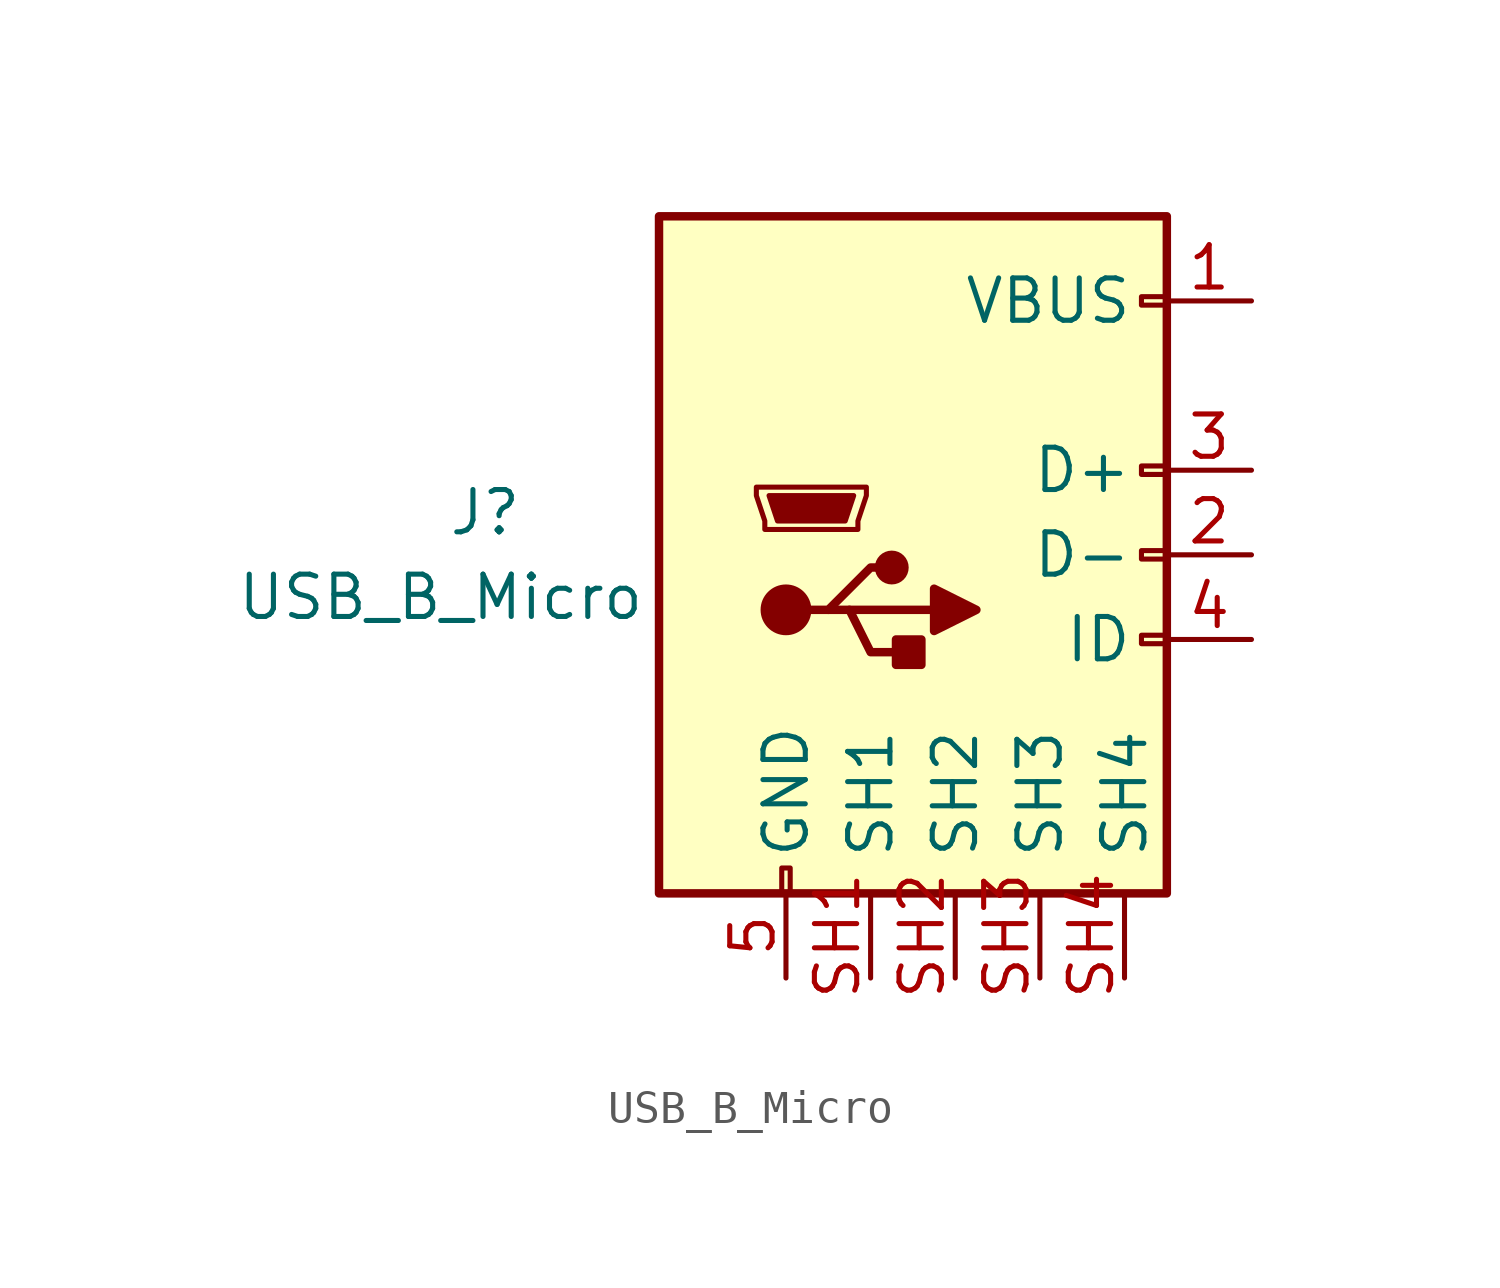
<source format=kicad_sym>
(kicad_symbol_lib
  (version 20211014)
  (generator kicad_symbol_editor)
  (symbol "USB_B_Micro"
    (pin_names
      (offset 1.016))
    (property "Reference" "J"
      (at -13.97 2.54 0)
      (effects (font (size 1.27 1.27)) (justify left)))
    (property "Value" "USB_B_Micro"
      (at -20.32 0 0)
      (effects (font (size 1.27 1.27)) (justify left)))
    (symbol "USB_B_Micro_0_1"
      (rectangle (start -7.62 11.43) (end 7.62 -8.89) (stroke (width 0.254) (type default) (color 0 0 0 0)) (fill (type background)))
      (rectangle (start -3.937 -8.89) (end -3.683 -8.128) (stroke (width 0) (type default) (color 0 0 0 0)) (fill (type none)))
      (circle (center -3.81 -0.381) (radius 0.635) (stroke (width 0.254) (type default) (color 0 0 0 0)) (fill (type outline)))
      (circle (center -0.635 0.889) (radius 0.381) (stroke (width 0.254) (type default) (color 0 0 0 0)) (fill (type outline)))
      (polyline (pts (xy -1.905 -0.381) (xy 0.635 -0.381)) (stroke (width 0.254) (type default) (color 0 0 0 0)) (fill (type none)))
      (polyline (pts (xy -3.175 -0.381) (xy -2.54 -0.381) (xy -1.27 0.889) (xy -0.635 0.889)) (stroke (width 0.254) (type default) (color 0 0 0 0)) (fill (type none)))
      (polyline (pts (xy -2.54 -0.381) (xy -1.905 -0.381) (xy -1.27 -1.651) (xy 0 -1.651)) (stroke (width 0.254) (type default) (color 0 0 0 0)) (fill (type none)))
      (polyline (pts (xy 0.635 0.254) (xy 0.635 -1.016) (xy 1.905 -0.381) (xy 0.635 0.254)) (stroke (width 0.254) (type default) (color 0 0 0 0)) (fill (type outline)))
      (polyline (pts (xy -4.318 3.048) (xy -1.778 3.048) (xy -2.032 2.286) (xy -4.064 2.286) (xy -4.318 3.048)) (stroke (width 0) (type default) (color 0 0 0 0)) (fill (type outline)))
      (polyline (pts (xy -4.699 3.302) (xy -4.699 3.048) (xy -4.445 2.286) (xy -4.445 2.032) (xy -1.651 2.032) (xy -1.651 2.286) (xy -1.397 3.048) (xy -1.397 3.302) (xy -4.699 3.302)) (stroke (width 0) (type default) (color 0 0 0 0)) (fill (type none)))
      (rectangle (start 0.254 -1.27) (end -0.508 -2.032) (stroke (width 0.254) (type default) (color 0 0 0 0)) (fill (type outline)))
      (rectangle (start 7.62 -1.397) (end 6.858 -1.143) (stroke (width 0) (type default) (color 0 0 0 0)) (fill (type none)))
      (rectangle (start 7.62 1.143) (end 6.858 1.397) (stroke (width 0) (type default) (color 0 0 0 0)) (fill (type none)))
      (rectangle (start 7.62 3.683) (end 6.858 3.937) (stroke (width 0) (type default) (color 0 0 0 0)) (fill (type none)))
      (rectangle (start 7.62 8.763) (end 6.858 9.017) (stroke (width 0) (type default) (color 0 0 0 0)) (fill (type none))))
    (symbol "USB_B_Micro_1_1"
      (pin power_out line (at 10.16 8.89 180) (length 2.54) (name "VBUS" (effects (font (size 1.27 1.27)))) (number "1" (effects (font (size 1.27 1.27)))))
      (pin bidirectional line (at 10.16 1.27 180) (length 2.54) (name "D-" (effects (font (size 1.27 1.27)))) (number "2" (effects (font (size 1.27 1.27)))))
      (pin bidirectional line (at 10.16 3.81 180) (length 2.54) (name "D+" (effects (font (size 1.27 1.27)))) (number "3" (effects (font (size 1.27 1.27)))))
      (pin passive line (at 10.16 -1.27 180) (length 2.54) (name "ID" (effects (font (size 1.27 1.27)))) (number "4" (effects (font (size 1.27 1.27)))))
      (pin power_out line (at -3.81 -11.43 90) (length 2.54) (name "GND" (effects (font (size 1.27 1.27)))) (number "5" (effects (font (size 1.27 1.27)))))
      (pin passive line (at -1.27 -11.43 90) (length 2.54) (name "SH1" (effects (font (size 1.27 1.27)))) (number "SH1" (effects (font (size 1.27 1.27)))))
      (pin passive line (at 1.27 -11.43 90) (length 2.54) (name "SH2" (effects (font (size 1.27 1.27)))) (number "SH2" (effects (font (size 1.27 1.27)))))
      (pin passive line (at 3.81 -11.43 90) (length 2.54) (name "SH3" (effects (font (size 1.27 1.27)))) (number "SH3" (effects (font (size 1.27 1.27)))))
      (pin passive line (at 6.35 -11.43 90) (length 2.54) (name "SH4" (effects (font (size 1.27 1.27)))) (number "SH4" (effects (font (size 1.27 1.27))))))))
</source>
